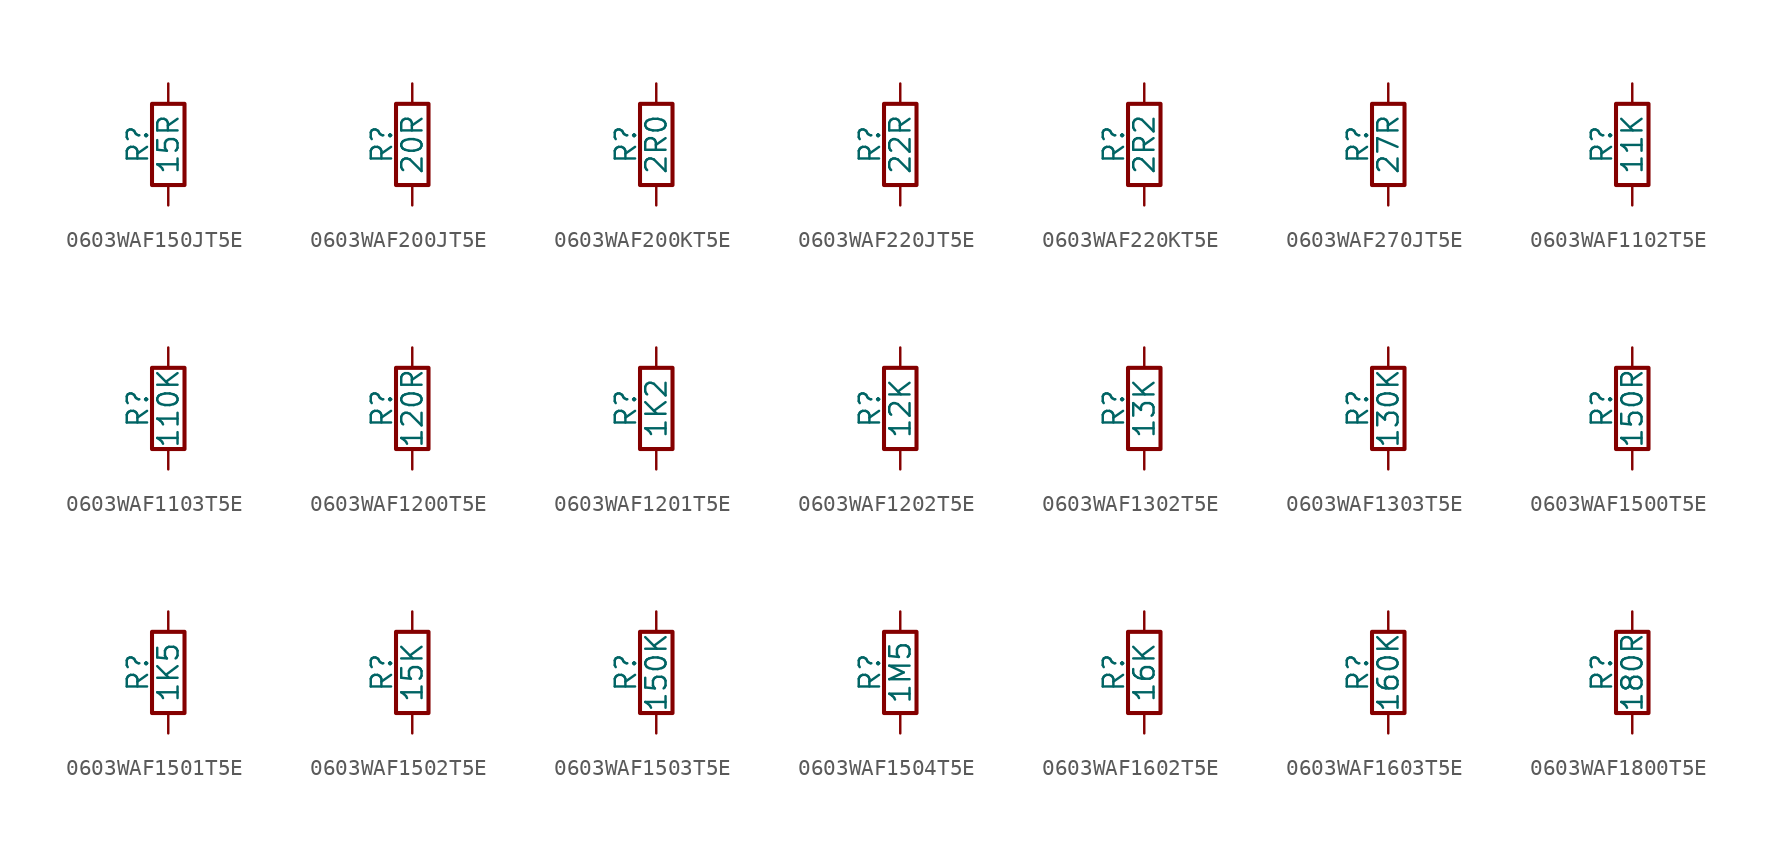
<source format=kicad_sym>
(kicad_symbol_lib
  (version 20211014)
  (generator conandllu_kicad_symbol_generator_20230404_23:29:43)
  (symbol "0603WAF150JT5E"
    (pin_numbers hide)
    (pin_names
      (offset 0))
    (property "Reference" "R"
      (at -1.905 0 90)
      (effects (font (size 1.27 1.27))))
    (property "Value" "15R"
      (at 0 0 90)
      (effects (font (size 1.27 1.27))))
    (symbol "0603WAF150JT5E_0_1"
      (rectangle (start -1.016 -2.54) (end 1.016 2.54) (stroke (width 0.254) (type default) (color 0 0 0 0)) (fill (type none))))
    (symbol "0603WAF150JT5E_1_1"
      (pin passive line (at 0 3.81 270) (length 1.27) (name "~" (effects (font (size 1.27 1.27)))) (number "1" (effects (font (size 1.27 1.27)))))
      (pin passive line (at 0 -3.81 90) (length 1.27) (name "~" (effects (font (size 1.27 1.27)))) (number "2" (effects (font (size 1.27 1.27)))))))
  (symbol "0603WAF200JT5E"
    (pin_numbers hide)
    (pin_names
      (offset 0))
    (property "Reference" "R"
      (at -1.905 0 90)
      (effects (font (size 1.27 1.27))))
    (property "Value" "20R"
      (at 0 0 90)
      (effects (font (size 1.27 1.27))))
    (symbol "0603WAF200JT5E_0_1"
      (rectangle (start -1.016 -2.54) (end 1.016 2.54) (stroke (width 0.254) (type default) (color 0 0 0 0)) (fill (type none))))
    (symbol "0603WAF200JT5E_1_1"
      (pin passive line (at 0 3.81 270) (length 1.27) (name "~" (effects (font (size 1.27 1.27)))) (number "1" (effects (font (size 1.27 1.27)))))
      (pin passive line (at 0 -3.81 90) (length 1.27) (name "~" (effects (font (size 1.27 1.27)))) (number "2" (effects (font (size 1.27 1.27)))))))
  (symbol "0603WAF200KT5E"
    (pin_numbers hide)
    (pin_names
      (offset 0))
    (property "Reference" "R"
      (at -1.905 0 90)
      (effects (font (size 1.27 1.27))))
    (property "Value" "2R0"
      (at 0 0 90)
      (effects (font (size 1.27 1.27))))
    (symbol "0603WAF200KT5E_0_1"
      (rectangle (start -1.016 -2.54) (end 1.016 2.54) (stroke (width 0.254) (type default) (color 0 0 0 0)) (fill (type none))))
    (symbol "0603WAF200KT5E_1_1"
      (pin passive line (at 0 3.81 270) (length 1.27) (name "~" (effects (font (size 1.27 1.27)))) (number "1" (effects (font (size 1.27 1.27)))))
      (pin passive line (at 0 -3.81 90) (length 1.27) (name "~" (effects (font (size 1.27 1.27)))) (number "2" (effects (font (size 1.27 1.27)))))))
  (symbol "0603WAF220JT5E"
    (pin_numbers hide)
    (pin_names
      (offset 0))
    (property "Reference" "R"
      (at -1.905 0 90)
      (effects (font (size 1.27 1.27))))
    (property "Value" "22R"
      (at 0 0 90)
      (effects (font (size 1.27 1.27))))
    (symbol "0603WAF220JT5E_0_1"
      (rectangle (start -1.016 -2.54) (end 1.016 2.54) (stroke (width 0.254) (type default) (color 0 0 0 0)) (fill (type none))))
    (symbol "0603WAF220JT5E_1_1"
      (pin passive line (at 0 3.81 270) (length 1.27) (name "~" (effects (font (size 1.27 1.27)))) (number "1" (effects (font (size 1.27 1.27)))))
      (pin passive line (at 0 -3.81 90) (length 1.27) (name "~" (effects (font (size 1.27 1.27)))) (number "2" (effects (font (size 1.27 1.27)))))))
  (symbol "0603WAF220KT5E"
    (pin_numbers hide)
    (pin_names
      (offset 0))
    (property "Reference" "R"
      (at -1.905 0 90)
      (effects (font (size 1.27 1.27))))
    (property "Value" "2R2"
      (at 0 0 90)
      (effects (font (size 1.27 1.27))))
    (symbol "0603WAF220KT5E_0_1"
      (rectangle (start -1.016 -2.54) (end 1.016 2.54) (stroke (width 0.254) (type default) (color 0 0 0 0)) (fill (type none))))
    (symbol "0603WAF220KT5E_1_1"
      (pin passive line (at 0 3.81 270) (length 1.27) (name "~" (effects (font (size 1.27 1.27)))) (number "1" (effects (font (size 1.27 1.27)))))
      (pin passive line (at 0 -3.81 90) (length 1.27) (name "~" (effects (font (size 1.27 1.27)))) (number "2" (effects (font (size 1.27 1.27)))))))
  (symbol "0603WAF270JT5E"
    (pin_numbers hide)
    (pin_names
      (offset 0))
    (property "Reference" "R"
      (at -1.905 0 90)
      (effects (font (size 1.27 1.27))))
    (property "Value" "27R"
      (at 0 0 90)
      (effects (font (size 1.27 1.27))))
    (symbol "0603WAF270JT5E_0_1"
      (rectangle (start -1.016 -2.54) (end 1.016 2.54) (stroke (width 0.254) (type default) (color 0 0 0 0)) (fill (type none))))
    (symbol "0603WAF270JT5E_1_1"
      (pin passive line (at 0 3.81 270) (length 1.27) (name "~" (effects (font (size 1.27 1.27)))) (number "1" (effects (font (size 1.27 1.27)))))
      (pin passive line (at 0 -3.81 90) (length 1.27) (name "~" (effects (font (size 1.27 1.27)))) (number "2" (effects (font (size 1.27 1.27)))))))
  (symbol "0603WAF1102T5E"
    (pin_numbers hide)
    (pin_names
      (offset 0))
    (property "Reference" "R"
      (at -1.905 0 90)
      (effects (font (size 1.27 1.27))))
    (property "Value" "11K"
      (at 0 0 90)
      (effects (font (size 1.27 1.27))))
    (symbol "0603WAF1102T5E_0_1"
      (rectangle (start -1.016 -2.54) (end 1.016 2.54) (stroke (width 0.254) (type default) (color 0 0 0 0)) (fill (type none))))
    (symbol "0603WAF1102T5E_1_1"
      (pin passive line (at 0 3.81 270) (length 1.27) (name "~" (effects (font (size 1.27 1.27)))) (number "1" (effects (font (size 1.27 1.27)))))
      (pin passive line (at 0 -3.81 90) (length 1.27) (name "~" (effects (font (size 1.27 1.27)))) (number "2" (effects (font (size 1.27 1.27)))))))
  (symbol "0603WAF1103T5E"
    (pin_numbers hide)
    (pin_names
      (offset 0))
    (property "Reference" "R"
      (at -1.905 0 90)
      (effects (font (size 1.27 1.27))))
    (property "Value" "110K"
      (at 0 0 90)
      (effects (font (size 1.27 1.27))))
    (symbol "0603WAF1103T5E_0_1"
      (rectangle (start -1.016 -2.54) (end 1.016 2.54) (stroke (width 0.254) (type default) (color 0 0 0 0)) (fill (type none))))
    (symbol "0603WAF1103T5E_1_1"
      (pin passive line (at 0 3.81 270) (length 1.27) (name "~" (effects (font (size 1.27 1.27)))) (number "1" (effects (font (size 1.27 1.27)))))
      (pin passive line (at 0 -3.81 90) (length 1.27) (name "~" (effects (font (size 1.27 1.27)))) (number "2" (effects (font (size 1.27 1.27)))))))
  (symbol "0603WAF1200T5E"
    (pin_numbers hide)
    (pin_names
      (offset 0))
    (property "Reference" "R"
      (at -1.905 0 90)
      (effects (font (size 1.27 1.27))))
    (property "Value" "120R"
      (at 0 0 90)
      (effects (font (size 1.27 1.27))))
    (symbol "0603WAF1200T5E_0_1"
      (rectangle (start -1.016 -2.54) (end 1.016 2.54) (stroke (width 0.254) (type default) (color 0 0 0 0)) (fill (type none))))
    (symbol "0603WAF1200T5E_1_1"
      (pin passive line (at 0 3.81 270) (length 1.27) (name "~" (effects (font (size 1.27 1.27)))) (number "1" (effects (font (size 1.27 1.27)))))
      (pin passive line (at 0 -3.81 90) (length 1.27) (name "~" (effects (font (size 1.27 1.27)))) (number "2" (effects (font (size 1.27 1.27)))))))
  (symbol "0603WAF1201T5E"
    (pin_numbers hide)
    (pin_names
      (offset 0))
    (property "Reference" "R"
      (at -1.905 0 90)
      (effects (font (size 1.27 1.27))))
    (property "Value" "1K2"
      (at 0 0 90)
      (effects (font (size 1.27 1.27))))
    (symbol "0603WAF1201T5E_0_1"
      (rectangle (start -1.016 -2.54) (end 1.016 2.54) (stroke (width 0.254) (type default) (color 0 0 0 0)) (fill (type none))))
    (symbol "0603WAF1201T5E_1_1"
      (pin passive line (at 0 3.81 270) (length 1.27) (name "~" (effects (font (size 1.27 1.27)))) (number "1" (effects (font (size 1.27 1.27)))))
      (pin passive line (at 0 -3.81 90) (length 1.27) (name "~" (effects (font (size 1.27 1.27)))) (number "2" (effects (font (size 1.27 1.27)))))))
  (symbol "0603WAF1202T5E"
    (pin_numbers hide)
    (pin_names
      (offset 0))
    (property "Reference" "R"
      (at -1.905 0 90)
      (effects (font (size 1.27 1.27))))
    (property "Value" "12K"
      (at 0 0 90)
      (effects (font (size 1.27 1.27))))
    (symbol "0603WAF1202T5E_0_1"
      (rectangle (start -1.016 -2.54) (end 1.016 2.54) (stroke (width 0.254) (type default) (color 0 0 0 0)) (fill (type none))))
    (symbol "0603WAF1202T5E_1_1"
      (pin passive line (at 0 3.81 270) (length 1.27) (name "~" (effects (font (size 1.27 1.27)))) (number "1" (effects (font (size 1.27 1.27)))))
      (pin passive line (at 0 -3.81 90) (length 1.27) (name "~" (effects (font (size 1.27 1.27)))) (number "2" (effects (font (size 1.27 1.27)))))))
  (symbol "0603WAF1302T5E"
    (pin_numbers hide)
    (pin_names
      (offset 0))
    (property "Reference" "R"
      (at -1.905 0 90)
      (effects (font (size 1.27 1.27))))
    (property "Value" "13K"
      (at 0 0 90)
      (effects (font (size 1.27 1.27))))
    (symbol "0603WAF1302T5E_0_1"
      (rectangle (start -1.016 -2.54) (end 1.016 2.54) (stroke (width 0.254) (type default) (color 0 0 0 0)) (fill (type none))))
    (symbol "0603WAF1302T5E_1_1"
      (pin passive line (at 0 3.81 270) (length 1.27) (name "~" (effects (font (size 1.27 1.27)))) (number "1" (effects (font (size 1.27 1.27)))))
      (pin passive line (at 0 -3.81 90) (length 1.27) (name "~" (effects (font (size 1.27 1.27)))) (number "2" (effects (font (size 1.27 1.27)))))))
  (symbol "0603WAF1303T5E"
    (pin_numbers hide)
    (pin_names
      (offset 0))
    (property "Reference" "R"
      (at -1.905 0 90)
      (effects (font (size 1.27 1.27))))
    (property "Value" "130K"
      (at 0 0 90)
      (effects (font (size 1.27 1.27))))
    (symbol "0603WAF1303T5E_0_1"
      (rectangle (start -1.016 -2.54) (end 1.016 2.54) (stroke (width 0.254) (type default) (color 0 0 0 0)) (fill (type none))))
    (symbol "0603WAF1303T5E_1_1"
      (pin passive line (at 0 3.81 270) (length 1.27) (name "~" (effects (font (size 1.27 1.27)))) (number "1" (effects (font (size 1.27 1.27)))))
      (pin passive line (at 0 -3.81 90) (length 1.27) (name "~" (effects (font (size 1.27 1.27)))) (number "2" (effects (font (size 1.27 1.27)))))))
  (symbol "0603WAF1500T5E"
    (pin_numbers hide)
    (pin_names
      (offset 0))
    (property "Reference" "R"
      (at -1.905 0 90)
      (effects (font (size 1.27 1.27))))
    (property "Value" "150R"
      (at 0 0 90)
      (effects (font (size 1.27 1.27))))
    (symbol "0603WAF1500T5E_0_1"
      (rectangle (start -1.016 -2.54) (end 1.016 2.54) (stroke (width 0.254) (type default) (color 0 0 0 0)) (fill (type none))))
    (symbol "0603WAF1500T5E_1_1"
      (pin passive line (at 0 3.81 270) (length 1.27) (name "~" (effects (font (size 1.27 1.27)))) (number "1" (effects (font (size 1.27 1.27)))))
      (pin passive line (at 0 -3.81 90) (length 1.27) (name "~" (effects (font (size 1.27 1.27)))) (number "2" (effects (font (size 1.27 1.27)))))))
  (symbol "0603WAF1501T5E"
    (pin_numbers hide)
    (pin_names
      (offset 0))
    (property "Reference" "R"
      (at -1.905 0 90)
      (effects (font (size 1.27 1.27))))
    (property "Value" "1K5"
      (at 0 0 90)
      (effects (font (size 1.27 1.27))))
    (symbol "0603WAF1501T5E_0_1"
      (rectangle (start -1.016 -2.54) (end 1.016 2.54) (stroke (width 0.254) (type default) (color 0 0 0 0)) (fill (type none))))
    (symbol "0603WAF1501T5E_1_1"
      (pin passive line (at 0 3.81 270) (length 1.27) (name "~" (effects (font (size 1.27 1.27)))) (number "1" (effects (font (size 1.27 1.27)))))
      (pin passive line (at 0 -3.81 90) (length 1.27) (name "~" (effects (font (size 1.27 1.27)))) (number "2" (effects (font (size 1.27 1.27)))))))
  (symbol "0603WAF1502T5E"
    (pin_numbers hide)
    (pin_names
      (offset 0))
    (property "Reference" "R"
      (at -1.905 0 90)
      (effects (font (size 1.27 1.27))))
    (property "Value" "15K"
      (at 0 0 90)
      (effects (font (size 1.27 1.27))))
    (symbol "0603WAF1502T5E_0_1"
      (rectangle (start -1.016 -2.54) (end 1.016 2.54) (stroke (width 0.254) (type default) (color 0 0 0 0)) (fill (type none))))
    (symbol "0603WAF1502T5E_1_1"
      (pin passive line (at 0 3.81 270) (length 1.27) (name "~" (effects (font (size 1.27 1.27)))) (number "1" (effects (font (size 1.27 1.27)))))
      (pin passive line (at 0 -3.81 90) (length 1.27) (name "~" (effects (font (size 1.27 1.27)))) (number "2" (effects (font (size 1.27 1.27)))))))
  (symbol "0603WAF1503T5E"
    (pin_numbers hide)
    (pin_names
      (offset 0))
    (property "Reference" "R"
      (at -1.905 0 90)
      (effects (font (size 1.27 1.27))))
    (property "Value" "150K"
      (at 0 0 90)
      (effects (font (size 1.27 1.27))))
    (symbol "0603WAF1503T5E_0_1"
      (rectangle (start -1.016 -2.54) (end 1.016 2.54) (stroke (width 0.254) (type default) (color 0 0 0 0)) (fill (type none))))
    (symbol "0603WAF1503T5E_1_1"
      (pin passive line (at 0 3.81 270) (length 1.27) (name "~" (effects (font (size 1.27 1.27)))) (number "1" (effects (font (size 1.27 1.27)))))
      (pin passive line (at 0 -3.81 90) (length 1.27) (name "~" (effects (font (size 1.27 1.27)))) (number "2" (effects (font (size 1.27 1.27)))))))
  (symbol "0603WAF1504T5E"
    (pin_numbers hide)
    (pin_names
      (offset 0))
    (property "Reference" "R"
      (at -1.905 0 90)
      (effects (font (size 1.27 1.27))))
    (property "Value" "1M5"
      (at 0 0 90)
      (effects (font (size 1.27 1.27))))
    (symbol "0603WAF1504T5E_0_1"
      (rectangle (start -1.016 -2.54) (end 1.016 2.54) (stroke (width 0.254) (type default) (color 0 0 0 0)) (fill (type none))))
    (symbol "0603WAF1504T5E_1_1"
      (pin passive line (at 0 3.81 270) (length 1.27) (name "~" (effects (font (size 1.27 1.27)))) (number "1" (effects (font (size 1.27 1.27)))))
      (pin passive line (at 0 -3.81 90) (length 1.27) (name "~" (effects (font (size 1.27 1.27)))) (number "2" (effects (font (size 1.27 1.27)))))))
  (symbol "0603WAF1602T5E"
    (pin_numbers hide)
    (pin_names
      (offset 0))
    (property "Reference" "R"
      (at -1.905 0 90)
      (effects (font (size 1.27 1.27))))
    (property "Value" "16K"
      (at 0 0 90)
      (effects (font (size 1.27 1.27))))
    (symbol "0603WAF1602T5E_0_1"
      (rectangle (start -1.016 -2.54) (end 1.016 2.54) (stroke (width 0.254) (type default) (color 0 0 0 0)) (fill (type none))))
    (symbol "0603WAF1602T5E_1_1"
      (pin passive line (at 0 3.81 270) (length 1.27) (name "~" (effects (font (size 1.27 1.27)))) (number "1" (effects (font (size 1.27 1.27)))))
      (pin passive line (at 0 -3.81 90) (length 1.27) (name "~" (effects (font (size 1.27 1.27)))) (number "2" (effects (font (size 1.27 1.27)))))))
  (symbol "0603WAF1603T5E"
    (pin_numbers hide)
    (pin_names
      (offset 0))
    (property "Reference" "R"
      (at -1.905 0 90)
      (effects (font (size 1.27 1.27))))
    (property "Value" "160K"
      (at 0 0 90)
      (effects (font (size 1.27 1.27))))
    (symbol "0603WAF1603T5E_0_1"
      (rectangle (start -1.016 -2.54) (end 1.016 2.54) (stroke (width 0.254) (type default) (color 0 0 0 0)) (fill (type none))))
    (symbol "0603WAF1603T5E_1_1"
      (pin passive line (at 0 3.81 270) (length 1.27) (name "~" (effects (font (size 1.27 1.27)))) (number "1" (effects (font (size 1.27 1.27)))))
      (pin passive line (at 0 -3.81 90) (length 1.27) (name "~" (effects (font (size 1.27 1.27)))) (number "2" (effects (font (size 1.27 1.27)))))))
  (symbol "0603WAF1800T5E"
    (pin_numbers hide)
    (pin_names
      (offset 0))
    (property "Reference" "R"
      (at -1.905 0 90)
      (effects (font (size 1.27 1.27))))
    (property "Value" "180R"
      (at 0 0 90)
      (effects (font (size 1.27 1.27))))
    (symbol "0603WAF1800T5E_0_1"
      (rectangle (start -1.016 -2.54) (end 1.016 2.54) (stroke (width 0.254) (type default) (color 0 0 0 0)) (fill (type none))))
    (symbol "0603WAF1800T5E_1_1"
      (pin passive line (at 0 3.81 270) (length 1.27) (name "~" (effects (font (size 1.27 1.27)))) (number "1" (effects (font (size 1.27 1.27)))))
      (pin passive line (at 0 -3.81 90) (length 1.27) (name "~" (effects (font (size 1.27 1.27)))) (number "2" (effects (font (size 1.27 1.27))))))))
</source>
